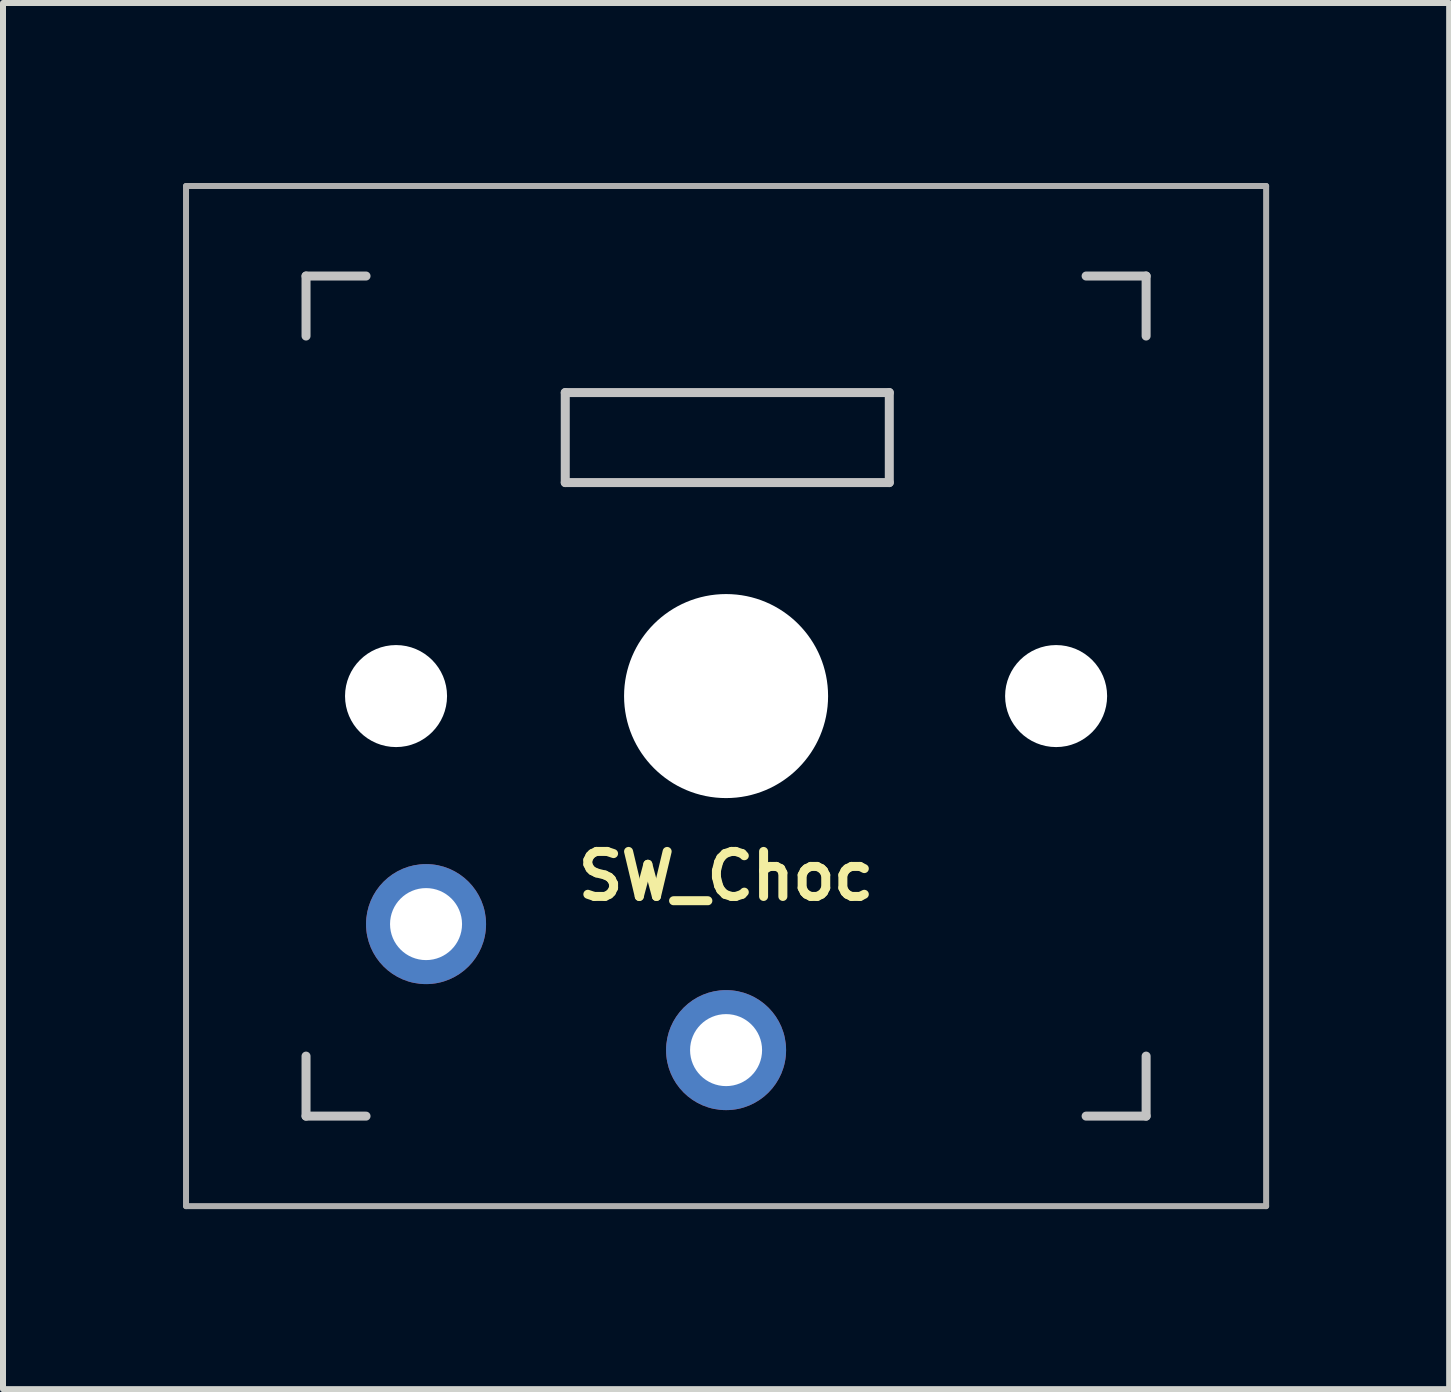
<source format=kicad_pcb>
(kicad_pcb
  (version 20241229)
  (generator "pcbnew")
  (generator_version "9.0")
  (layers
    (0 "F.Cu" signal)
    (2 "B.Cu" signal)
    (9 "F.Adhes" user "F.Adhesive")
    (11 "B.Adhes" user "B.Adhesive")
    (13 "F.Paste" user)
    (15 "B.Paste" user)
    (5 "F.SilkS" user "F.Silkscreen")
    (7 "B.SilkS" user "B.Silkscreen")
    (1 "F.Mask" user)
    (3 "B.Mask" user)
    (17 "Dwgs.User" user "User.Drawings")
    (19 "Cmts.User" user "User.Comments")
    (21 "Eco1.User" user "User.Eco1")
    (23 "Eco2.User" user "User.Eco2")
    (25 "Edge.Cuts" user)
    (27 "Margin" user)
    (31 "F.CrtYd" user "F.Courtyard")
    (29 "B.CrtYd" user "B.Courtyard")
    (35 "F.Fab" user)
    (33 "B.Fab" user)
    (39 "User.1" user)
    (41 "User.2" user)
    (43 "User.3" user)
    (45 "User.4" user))
  (footprint "SW_Choc"
    (layer "F.Cu")
    (at 9.05 8.55)
    (property "Reference" "SW_Choc" (at 0 3 180) (layer "F.SilkS") (effects (font (size 0.75 0.75) (thickness 0.15))))
    (attr through_hole)
    (fp_line (start -7 -7) (end -7 -6) (stroke (width 0.15) (type solid)) (layer "Dwgs.User"))
    (fp_line (start -7 -7) (end -6 -7) (stroke (width 0.15) (type solid)) (layer "Dwgs.User"))
    (fp_line (start -7 7) (end -7 6) (stroke (width 0.15) (type solid)) (layer "Dwgs.User"))
    (fp_line (start -6 7) (end -7 7) (stroke (width 0.15) (type solid)) (layer "Dwgs.User"))
    (fp_line (start -2.68 -5.058) (end -2.68 -3.558) (stroke (width 0.15) (type solid)) (layer "Dwgs.User"))
    (fp_line (start -2.68 -3.558) (end 2.72 -3.558) (stroke (width 0.15) (type solid)) (layer "Dwgs.User"))
    (fp_line (start 2.72 -5.058) (end -2.68 -5.058) (stroke (width 0.15) (type solid)) (layer "Dwgs.User"))
    (fp_line (start 2.72 -3.558) (end 2.72 -5.058) (stroke (width 0.15) (type solid)) (layer "Dwgs.User"))
    (fp_line (start 6 -7) (end 7 -7) (stroke (width 0.15) (type solid)) (layer "Dwgs.User"))
    (fp_line (start 7 -7) (end 7 -6) (stroke (width 0.15) (type solid)) (layer "Dwgs.User"))
    (fp_line (start 7 6) (end 7 7) (stroke (width 0.15) (type solid)) (layer "Dwgs.User"))
    (fp_line (start 7 7) (end 6 7) (stroke (width 0.15) (type solid)) (layer "Dwgs.User"))
    (fp_line (start -9 -8.5) (end 9 -8.5) (stroke (width 0.1) (type solid)) (layer "F.Fab"))
    (fp_line (start -9 8.5) (end -9 -8.5) (stroke (width 0.1) (type solid)) (layer "F.Fab"))
    (fp_line (start 9 -8.5) (end 9 8.5) (stroke (width 0.1) (type solid)) (layer "F.Fab"))
    (fp_line (start 9 8.5) (end -9 8.5) (stroke (width 0.1) (type solid)) (layer "F.Fab"))
    (pad "" np_thru_hole circle (at -5.5 0 180) (size 1.7 1.7) (drill 1.7) (layers "*.Cu" "*.Mask"))
    (pad "" smd circle (at -5.5 0 180) (size 1.7 1.7) (layers "B.Adhes"))
    (pad "" smd circle (at -5 3.8 180) (size 2.4 2.4) (layers "B.Adhes"))
    (pad "" smd oval (at 0 -4.318 180) (size 5.7 2.4) (layers "B.Adhes"))
    (pad "" np_thru_hole circle (at 0 0 180) (size 3.4 3.4) (drill 3.4) (layers "*.Cu" "*.Mask"))
    (pad "" smd circle (at 0 0 180) (size 3.4 3.4) (layers "B.Adhes"))
    (pad "" smd circle (at 0 5.9 270) (size 2.4 2.4) (layers "B.Adhes"))
    (pad "" np_thru_hole circle (at 5.5 0 180) (size 1.7 1.7) (drill 1.7) (layers "*.Cu" "*.Mask"))
    (pad "" smd circle (at 5.5 0 180) (size 1.7 1.7) (layers "B.Adhes"))
    (pad "1" thru_hole circle (at 0 5.9 270) (size 2 2) (drill 1.2) (layers "*.Cu" "*.Mask"))
    (pad "2" thru_hole circle (at -5 3.8 180) (size 2 2) (drill 1.2) (layers "*.Cu" "*.Mask")))
  (gr_rect
    (start -3 -3)
    (end 21.1 20.1)
    (stroke (width 0.1) (type default))
    (fill no)
    (layer "Edge.Cuts")))
</source>
